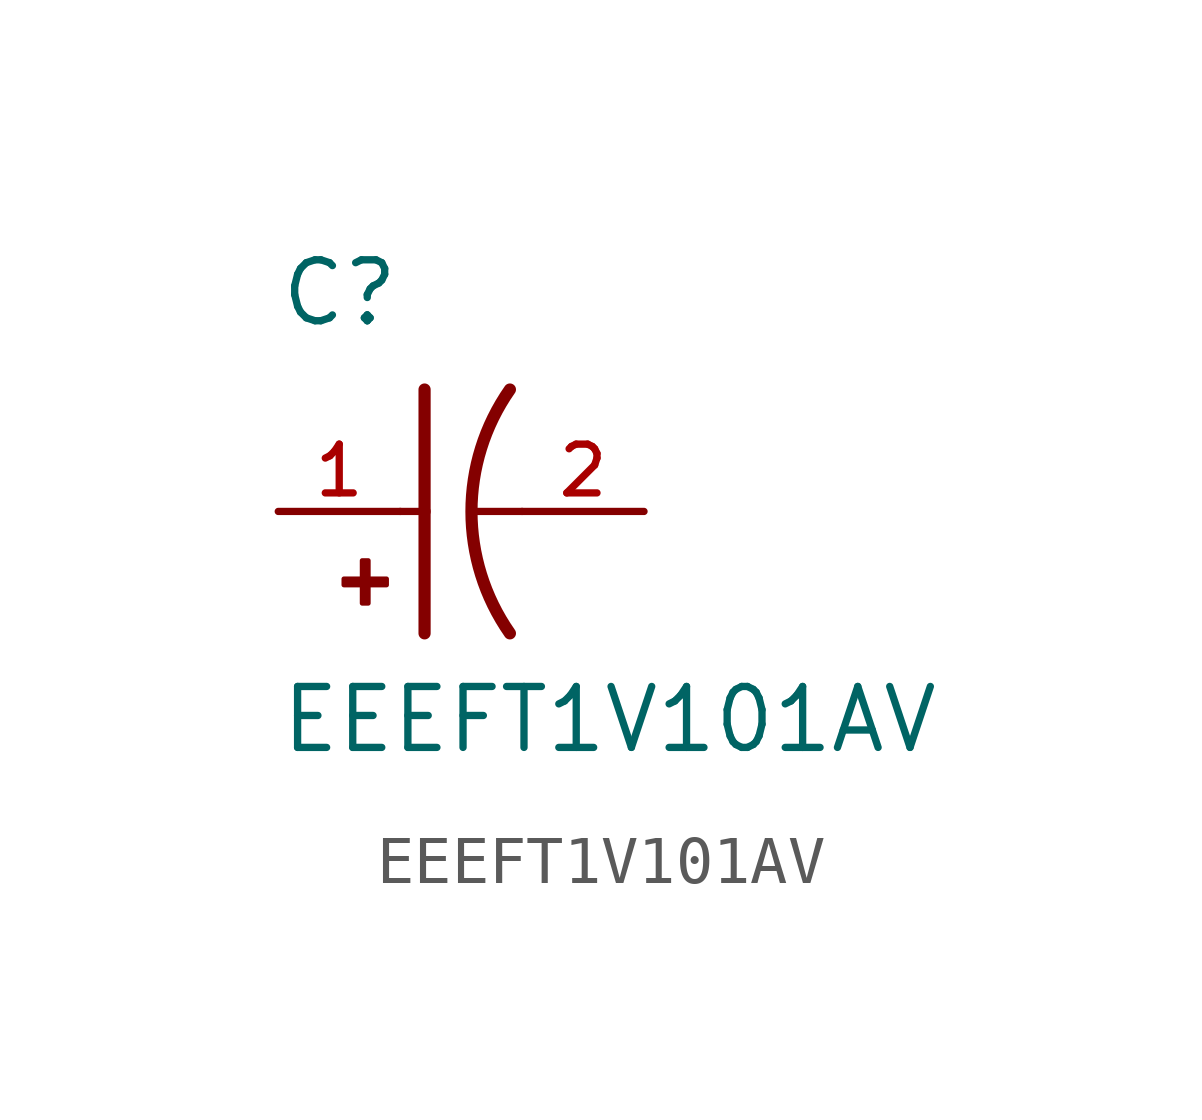
<source format=kicad_sym>
(kicad_symbol_lib
  (version 20211014)
  (generator kicad_symbol_editor)
  (symbol "EEEFT1V101AV"
    (pin_names
      (offset 1.016))
    (property "Reference" "C"
      (at -2.54 3.81 0)
      (effects (font (size 1.27 1.27)) (justify bottom left)))
    (property "Value" "EEEFT1V101AV"
      (at -2.54 -5.08 0)
      (effects (font (size 1.27 1.27)) (justify bottom left)))
    (symbol "EEEFT1V101AV_0_0"
      (arc (start 2.286 -2.54) (mid 1.4851 -0.0) (end 2.286 2.54) (stroke (width 0.254) (type default) (color 0 0 0 0)) (fill (type none)))
      (polyline (pts (xy 0.508 2.54) (xy 0.508 0.0)) (stroke (width 0.254)))
      (rectangle (start -1.173 -1.532) (end -0.284 -1.405) (stroke (width 0.1)) (fill (type outline)))
      (rectangle (start -0.792 -1.913) (end -0.665 -1.024) (stroke (width 0.1)) (fill (type outline)))
      (polyline (pts (xy 0.508 0.0) (xy 0.508 -2.54)) (stroke (width 0.254)))
      (polyline (pts (xy 0.0 0.0) (xy 0.508 0.0)) (stroke (width 0.152)))
      (polyline (pts (xy 2.54 0.0) (xy 1.524 0.0)) (stroke (width 0.152)))
      (pin passive line (at -2.54 0.0 0) (length 2.54) (name "~" (effects (font (size 1.016 1.016)))) (number "1" (effects (font (size 1.016 1.016)))))
      (pin passive line (at 5.08 0.0 180.0) (length 2.54) (name "~" (effects (font (size 1.016 1.016)))) (number "2" (effects (font (size 1.016 1.016))))))))
</source>
